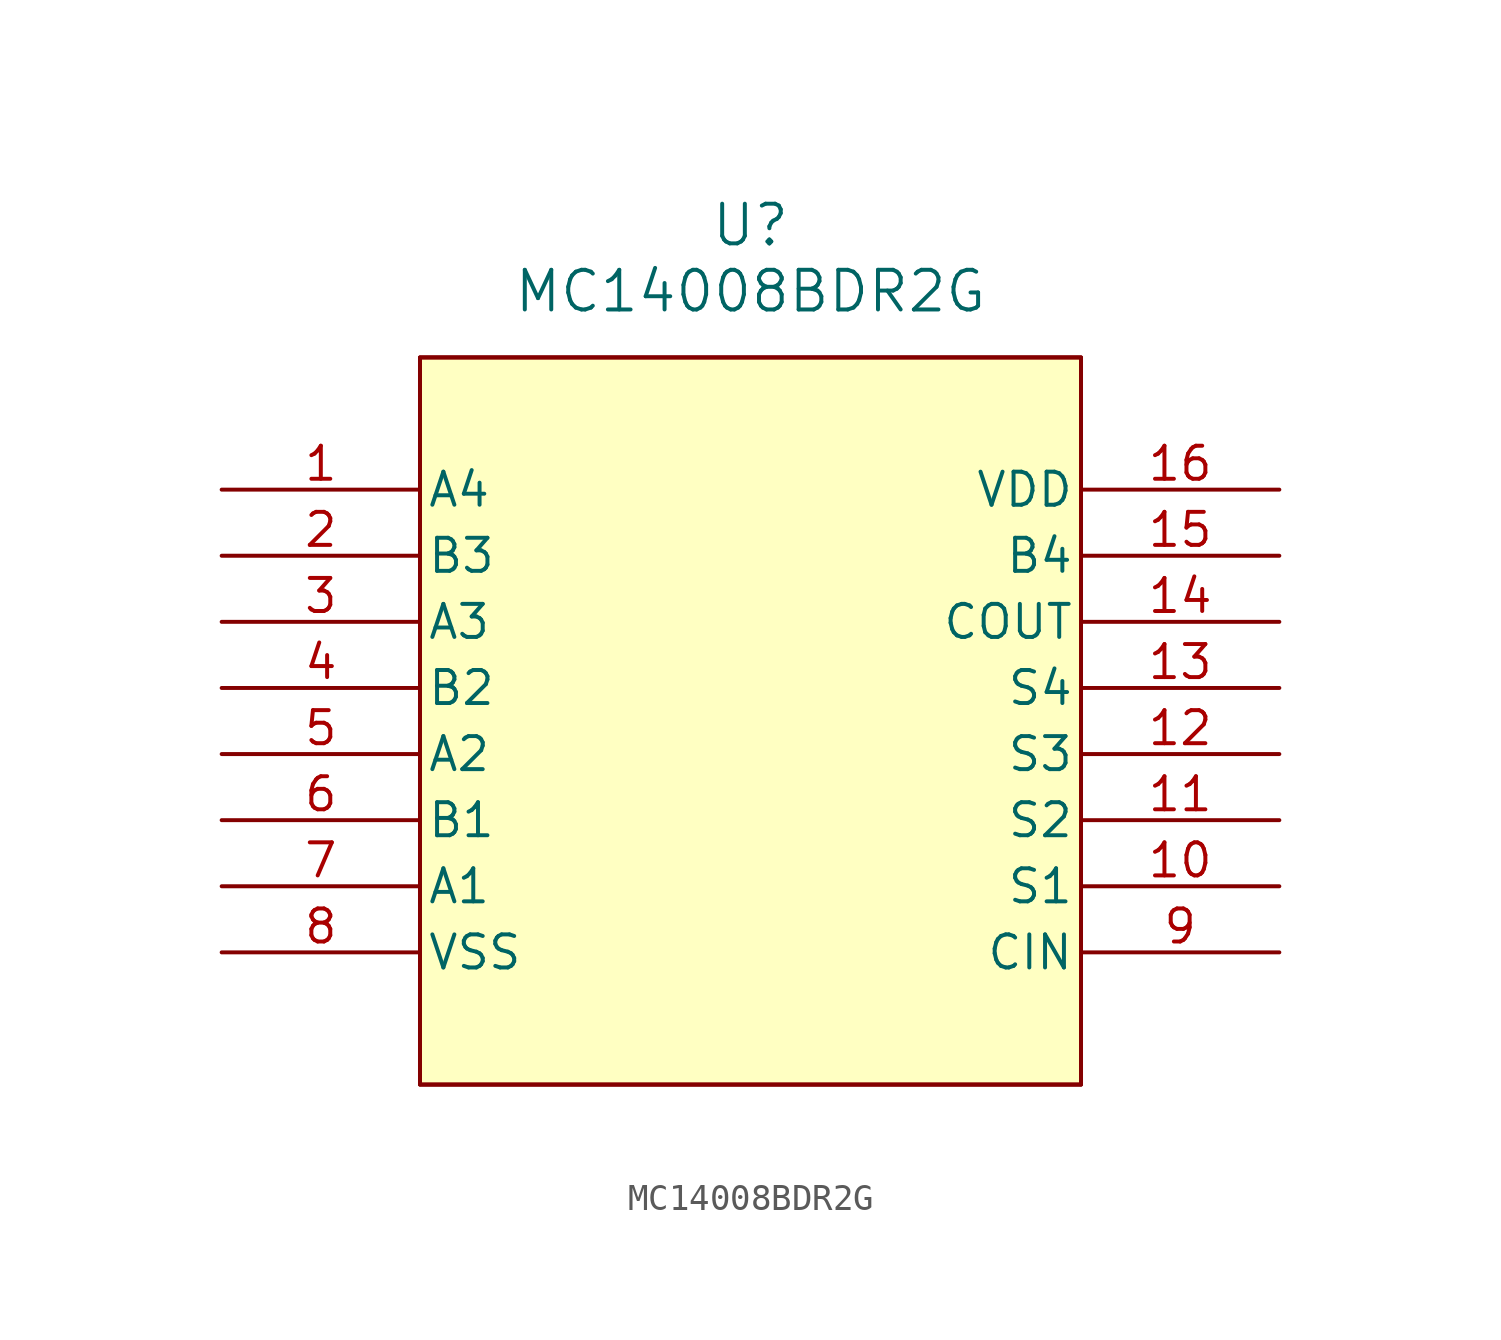
<source format=kicad_sym>
(kicad_symbol_lib
  (version 20241209)
  (generator "kicad_symbol_editor")
  (generator_version "9.0")
  (symbol "MC14008BDR2G"
    (pin_names
      (offset 0.254))
    (property "Reference" "U"
      (at 38.1 -24.13 0)
      (effects (font (size 1.524 1.524))))
    (property "Value" "MC14008BDR2G"
      (at 38.1 -26.67 0)
      (effects (font (size 1.524 1.524))))
    (property "ki_locked" ""
      (at 0 0 0)
      (effects (font (size 1.27 1.27))))
    (symbol "MC14008BDR2G_0_1"
      (polyline (pts (xy 25.4 -29.21) (xy 25.4 -57.15)) (stroke (width 0.127) (type default)) (fill (type none)))
      (polyline (pts (xy 50.8 -29.21) (xy 25.4 -29.21)) (stroke (width 0.127) (type default)) (fill (type none)))
      (polyline (pts (xy 50.8 -57.15) (xy 50.8 -29.21)) (stroke (width 0.127) (type default)) (fill (type none)))
      (pin bidirectional line (at 17.78 -34.29 0) (length 7.62) (name "A4" (effects (font (size 1.27 1.27)))) (number "1" (effects (font (size 1.27 1.27)))))
      (pin bidirectional line (at 17.78 -36.83 0) (length 7.62) (name "B3" (effects (font (size 1.27 1.27)))) (number "2" (effects (font (size 1.27 1.27)))))
      (pin bidirectional line (at 17.78 -39.37 0) (length 7.62) (name "A3" (effects (font (size 1.27 1.27)))) (number "3" (effects (font (size 1.27 1.27)))))
      (pin bidirectional line (at 17.78 -41.91 0) (length 7.62) (name "B2" (effects (font (size 1.27 1.27)))) (number "4" (effects (font (size 1.27 1.27)))))
      (pin bidirectional line (at 17.78 -44.45 0) (length 7.62) (name "A2" (effects (font (size 1.27 1.27)))) (number "5" (effects (font (size 1.27 1.27)))))
      (pin bidirectional line (at 17.78 -46.99 0) (length 7.62) (name "B1" (effects (font (size 1.27 1.27)))) (number "6" (effects (font (size 1.27 1.27)))))
      (pin bidirectional line (at 17.78 -49.53 0) (length 7.62) (name "A1" (effects (font (size 1.27 1.27)))) (number "7" (effects (font (size 1.27 1.27)))))
      (pin power_in line (at 17.78 -52.07 0) (length 7.62) (name "VSS" (effects (font (size 1.27 1.27)))) (number "8" (effects (font (size 1.27 1.27)))))
      (pin power_in line (at 58.42 -34.29 180) (length 7.62) (name "VDD" (effects (font (size 1.27 1.27)))) (number "16" (effects (font (size 1.27 1.27)))))
      (pin bidirectional line (at 58.42 -36.83 180) (length 7.62) (name "B4" (effects (font (size 1.27 1.27)))) (number "15" (effects (font (size 1.27 1.27)))))
      (pin output line (at 58.42 -39.37 180) (length 7.62) (name "COUT" (effects (font (size 1.27 1.27)))) (number "14" (effects (font (size 1.27 1.27)))))
      (pin bidirectional line (at 58.42 -41.91 180) (length 7.62) (name "S4" (effects (font (size 1.27 1.27)))) (number "13" (effects (font (size 1.27 1.27)))))
      (pin bidirectional line (at 58.42 -44.45 180) (length 7.62) (name "S3" (effects (font (size 1.27 1.27)))) (number "12" (effects (font (size 1.27 1.27)))))
      (pin bidirectional line (at 58.42 -46.99 180) (length 7.62) (name "S2" (effects (font (size 1.27 1.27)))) (number "11" (effects (font (size 1.27 1.27)))))
      (pin bidirectional line (at 58.42 -49.53 180) (length 7.62) (name "S1" (effects (font (size 1.27 1.27)))) (number "10" (effects (font (size 1.27 1.27)))))
      (pin input line (at 58.42 -52.07 180) (length 7.62) (name "CIN" (effects (font (size 1.27 1.27)))) (number "9" (effects (font (size 1.27 1.27))))))
    (symbol "MC14008BDR2G_1_1"
      (rectangle (start 25.4 -29.21) (end 50.8 -57.15) (stroke (width 0) (type default)) (fill (type none)))
      (rectangle (start 25.4 -29.21) (end 50.8 -57.15) (stroke (width 0) (type solid)) (fill (type background)))
      (polyline (pts (xy 25.4 -57.15) (xy 50.8 -57.15)) (stroke (width 0.127) (type solid)) (fill (type background))))))
</source>
